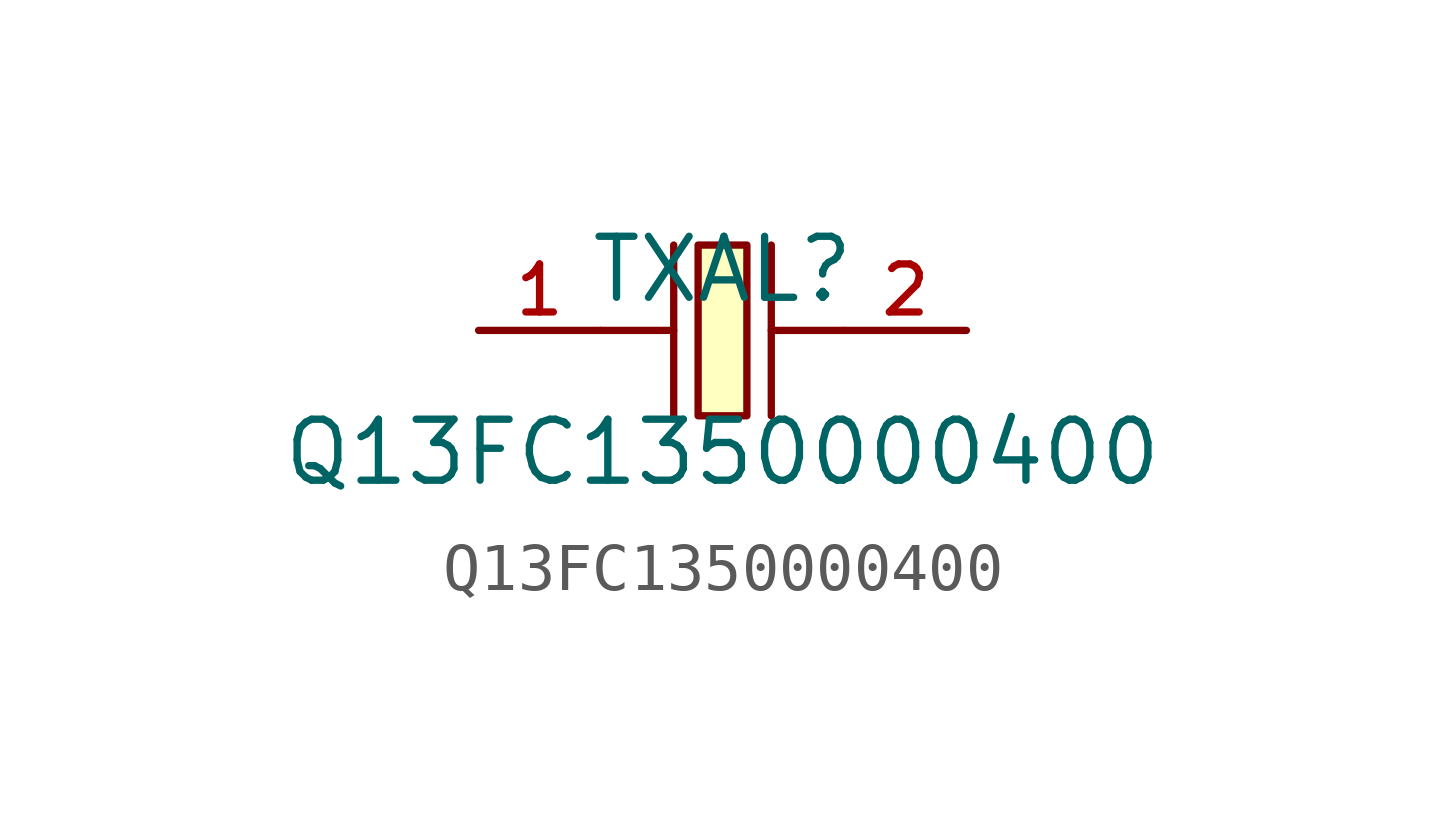
<source format=kicad_sym>
(kicad_symbol_lib
  (version 20210201)
  (generator TousstNicolas/JLC2KiCad_lib)
  (symbol "Q13FC1350000400"
    (pin_names hide)
    (property "Reference" "TXAL"
      (at 0 1.27 0)
      (effects (font (size 1.27 1.27))))
    (property "Value" "Q13FC1350000400"
      (at 0 -2.54 0)
      (effects (font (size 1.27 1.27))))
    (symbol "Q13FC1350000400_0_1"
      (polyline (pts (xy -1.016 1.778) (xy -1.016 -1.778)) (stroke (width 0) (type default) (color 0 0 0 0)) (fill (type none)))
      (rectangle (start -0.508 1.778) (end 0.508 -1.778) (stroke (width 0) (type default) (color 0 0 0 0)) (fill (type background)))
      (pin unspecified line (at -5.08 -0.0 0) (length 2.54) (name "1" (effects (font (size 1 1)))) (number "1" (effects (font (size 1 1)))))
      (pin unspecified line (at 5.08 -0.0 180) (length 2.54) (name "2" (effects (font (size 1 1)))) (number "2" (effects (font (size 1 1)))))
      (polyline (pts (xy 1.016 1.778) (xy 1.016 -1.778)) (stroke (width 0) (type default) (color 0 0 0 0)) (fill (type none)))
      (polyline (pts (xy -2.54 -0.0) (xy -1.016 -0.0)) (stroke (width 0) (type default) (color 0 0 0 0)) (fill (type none)))
      (polyline (pts (xy 1.016 -0.0) (xy 2.54 -0.0)) (stroke (width 0) (type default) (color 0 0 0 0)) (fill (type none))))))
</source>
